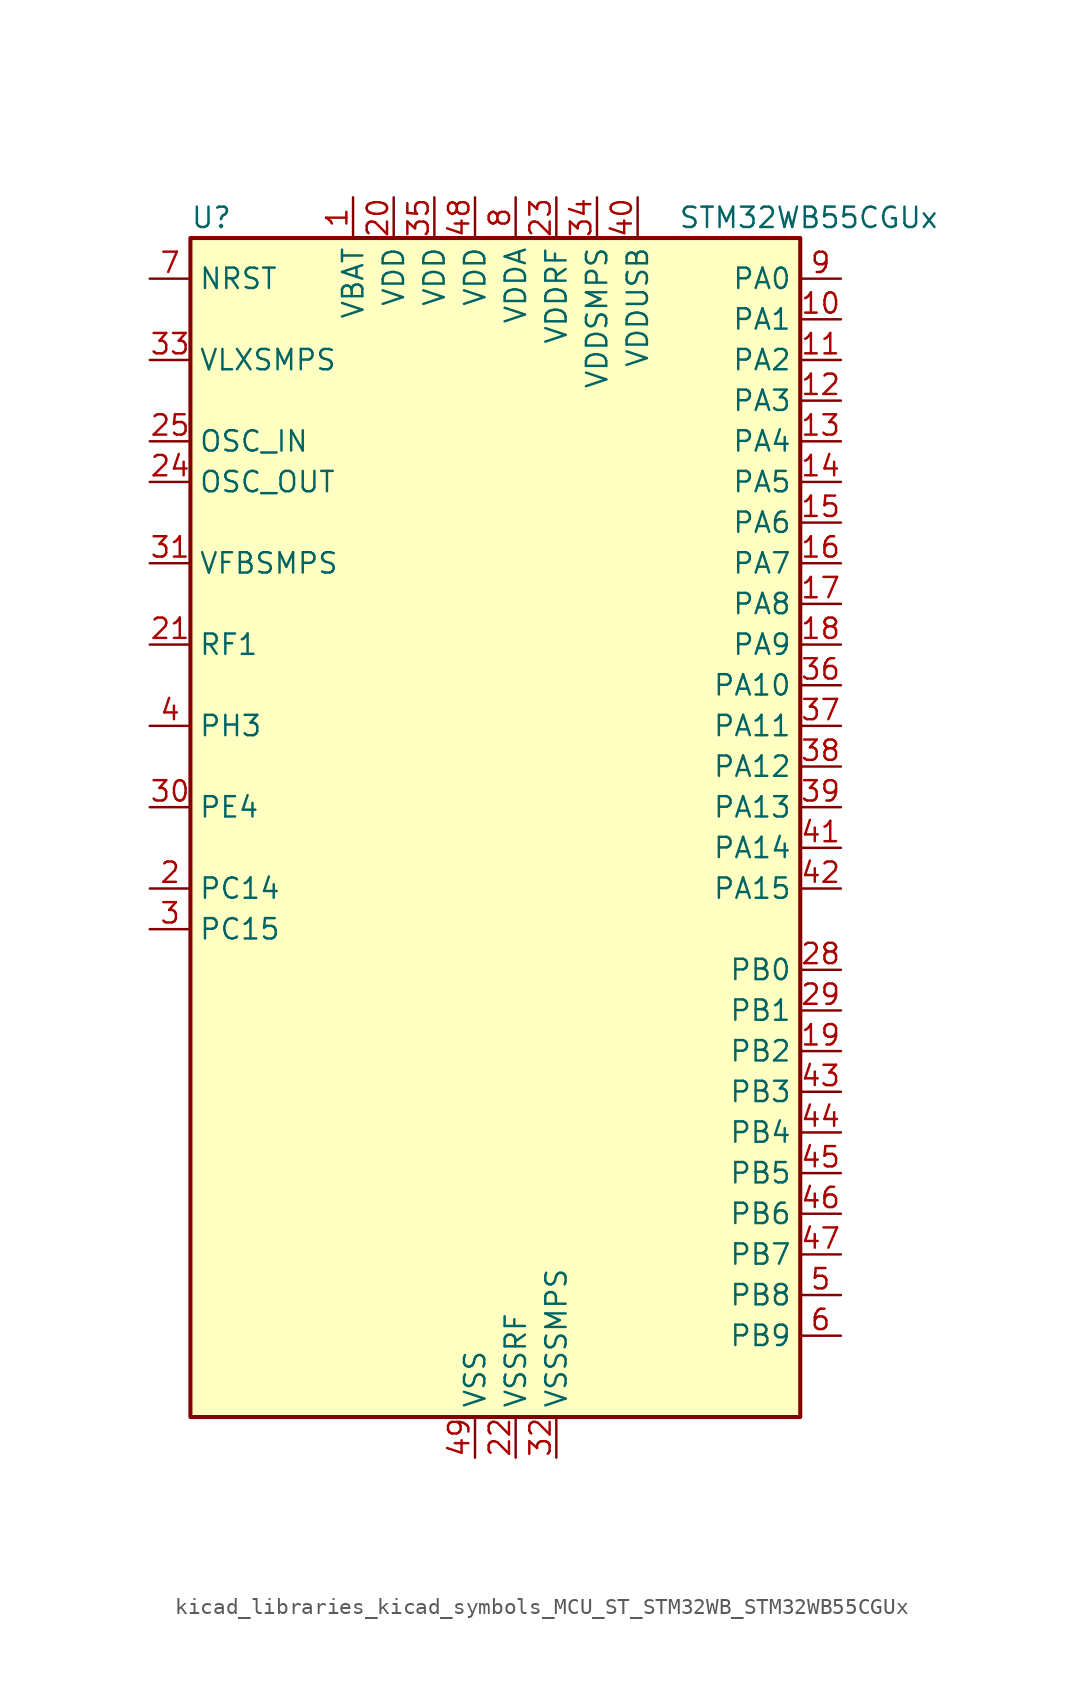
<source format=kicad_sym>
(kicad_symbol_lib
  (version 20220914)
  (generator kicad_symbol_editor)
  (symbol "kicad_libraries_kicad_symbols_MCU_ST_STM32WB_STM32WB55CGUx"
    (property "Reference" "U"
      (at -17.78 39.37 0)
      (effects (font (size 1.27 1.27)) (justify left)))
    (property "Value" "STM32WB55CGUx"
      (at 12.7 39.37 0)
      (effects (font (size 1.27 1.27)) (justify left)))
    (property "ki_locked" ""
      (at 0 0 0)
      (effects (font (size 1.27 1.27))))
    (symbol "kicad_libraries_kicad_symbols_MCU_ST_STM32WB_STM32WB55CGUx_0_1"
      (rectangle (start -17.78 -35.56) (end 20.32 38.1) (stroke (width 0.254) (type default)) (fill (type background))))
    (symbol "kicad_libraries_kicad_symbols_MCU_ST_STM32WB_STM32WB55CGUx_1_1"
      (pin power_in line (at -7.62 40.64 270) (length 2.54) (name "VBAT" (effects (font (size 1.27 1.27)))) (number "1" (effects (font (size 1.27 1.27)))))
      (pin bidirectional line (at 22.86 33.02 180) (length 2.54) (name "PA1" (effects (font (size 1.27 1.27)))) (number "10" (effects (font (size 1.27 1.27)))) (alternate "ADC1_IN6" bidirectional line) (alternate "COMP1_INP" bidirectional line) (alternate "I2C1_SMBA" bidirectional line) (alternate "LCD_SEG0" bidirectional line) (alternate "SPI1_SCK" bidirectional line) (alternate "TIM2_CH2" bidirectional line))
      (pin bidirectional line (at 22.86 30.48 180) (length 2.54) (name "PA2" (effects (font (size 1.27 1.27)))) (number "11" (effects (font (size 1.27 1.27)))) (alternate "ADC1_IN7" bidirectional line) (alternate "COMP2_INM" bidirectional line) (alternate "COMP2_OUT" bidirectional line) (alternate "LCD_SEG1" bidirectional line) (alternate "LPUART1_TX" bidirectional line) (alternate "QUADSPI_BK1_NCS" bidirectional line) (alternate "RCC_LSCO" bidirectional line) (alternate "SYS_WKUP4" bidirectional line) (alternate "TIM2_CH3" bidirectional line))
      (pin bidirectional line (at 22.86 27.94 180) (length 2.54) (name "PA3" (effects (font (size 1.27 1.27)))) (number "12" (effects (font (size 1.27 1.27)))) (alternate "ADC1_IN8" bidirectional line) (alternate "COMP2_INP" bidirectional line) (alternate "LCD_SEG2" bidirectional line) (alternate "LPUART1_RX" bidirectional line) (alternate "QUADSPI_CLK" bidirectional line) (alternate "SAI1_CK1" bidirectional line) (alternate "SAI1_MCLK_A" bidirectional line) (alternate "TIM2_CH4" bidirectional line))
      (pin bidirectional line (at 22.86 25.4 180) (length 2.54) (name "PA4" (effects (font (size 1.27 1.27)))) (number "13" (effects (font (size 1.27 1.27)))) (alternate "ADC1_IN9" bidirectional line) (alternate "COMP1_INM" bidirectional line) (alternate "COMP2_INM" bidirectional line) (alternate "LCD_SEG5" bidirectional line) (alternate "LPTIM2_OUT" bidirectional line) (alternate "SAI1_FS_B" bidirectional line) (alternate "SPI1_NSS" bidirectional line))
      (pin bidirectional line (at 22.86 22.86 180) (length 2.54) (name "PA5" (effects (font (size 1.27 1.27)))) (number "14" (effects (font (size 1.27 1.27)))) (alternate "ADC1_IN10" bidirectional line) (alternate "COMP1_INM" bidirectional line) (alternate "COMP2_INM" bidirectional line) (alternate "LPTIM2_ETR" bidirectional line) (alternate "SAI1_SD_B" bidirectional line) (alternate "SPI1_SCK" bidirectional line) (alternate "TIM2_CH1" bidirectional line) (alternate "TIM2_ETR" bidirectional line))
      (pin bidirectional line (at 22.86 20.32 180) (length 2.54) (name "PA6" (effects (font (size 1.27 1.27)))) (number "15" (effects (font (size 1.27 1.27)))) (alternate "ADC1_IN11" bidirectional line) (alternate "LCD_SEG3" bidirectional line) (alternate "LPUART1_CTS" bidirectional line) (alternate "QUADSPI_BK1_IO3" bidirectional line) (alternate "SPI1_MISO" bidirectional line) (alternate "TIM16_CH1" bidirectional line) (alternate "TIM1_BKIN" bidirectional line))
      (pin bidirectional line (at 22.86 17.78 180) (length 2.54) (name "PA7" (effects (font (size 1.27 1.27)))) (number "16" (effects (font (size 1.27 1.27)))) (alternate "ADC1_IN12" bidirectional line) (alternate "COMP2_OUT" bidirectional line) (alternate "I2C3_SCL" bidirectional line) (alternate "LCD_SEG4" bidirectional line) (alternate "QUADSPI_BK1_IO2" bidirectional line) (alternate "SPI1_MOSI" bidirectional line) (alternate "TIM17_CH1" bidirectional line) (alternate "TIM1_CH1N" bidirectional line))
      (pin bidirectional line (at 22.86 15.24 180) (length 2.54) (name "PA8" (effects (font (size 1.27 1.27)))) (number "17" (effects (font (size 1.27 1.27)))) (alternate "ADC1_IN15" bidirectional line) (alternate "LCD_COM0" bidirectional line) (alternate "LPTIM2_OUT" bidirectional line) (alternate "RCC_MCO" bidirectional line) (alternate "SAI1_CK2" bidirectional line) (alternate "SAI1_SCK_A" bidirectional line) (alternate "TIM1_CH1" bidirectional line) (alternate "USART1_CK" bidirectional line))
      (pin bidirectional line (at 22.86 12.7 180) (length 2.54) (name "PA9" (effects (font (size 1.27 1.27)))) (number "18" (effects (font (size 1.27 1.27)))) (alternate "ADC1_IN16" bidirectional line) (alternate "COMP1_INM" bidirectional line) (alternate "I2C1_SCL" bidirectional line) (alternate "LCD_COM1" bidirectional line) (alternate "SAI1_D2" bidirectional line) (alternate "SAI1_FS_A" bidirectional line) (alternate "TIM1_CH2" bidirectional line) (alternate "USART1_TX" bidirectional line))
      (pin bidirectional line (at 22.86 -12.7 180) (length 2.54) (name "PB2" (effects (font (size 1.27 1.27)))) (number "19" (effects (font (size 1.27 1.27)))) (alternate "COMP1_INP" bidirectional line) (alternate "I2C3_SMBA" bidirectional line) (alternate "LCD_VLCD" bidirectional line) (alternate "LPTIM1_OUT" bidirectional line) (alternate "RTC_OUT2" bidirectional line) (alternate "SAI1_EXTCLK" bidirectional line) (alternate "SPI1_NSS" bidirectional line))
      (pin bidirectional line (at -20.32 -2.54 0) (length 2.54) (name "PC14" (effects (font (size 1.27 1.27)))) (number "2" (effects (font (size 1.27 1.27)))) (alternate "RCC_OSC32_IN" bidirectional line))
      (pin power_in line (at -5.08 40.64 270) (length 2.54) (name "VDD" (effects (font (size 1.27 1.27)))) (number "20" (effects (font (size 1.27 1.27)))))
      (pin bidirectional line (at -20.32 12.7 0) (length 2.54) (name "RF1" (effects (font (size 1.27 1.27)))) (number "21" (effects (font (size 1.27 1.27)))) (alternate "RF_RF1" bidirectional line))
      (pin power_in line (at 2.54 -38.1 90) (length 2.54) (name "VSSRF" (effects (font (size 1.27 1.27)))) (number "22" (effects (font (size 1.27 1.27)))))
      (pin power_in line (at 5.08 40.64 270) (length 2.54) (name "VDDRF" (effects (font (size 1.27 1.27)))) (number "23" (effects (font (size 1.27 1.27)))))
      (pin input line (at -20.32 22.86 0) (length 2.54) (name "OSC_OUT" (effects (font (size 1.27 1.27)))) (number "24" (effects (font (size 1.27 1.27)))) (alternate "RCC_OSC_OUT" bidirectional line))
      (pin input line (at -20.32 25.4 0) (length 2.54) (name "OSC_IN" (effects (font (size 1.27 1.27)))) (number "25" (effects (font (size 1.27 1.27)))) (alternate "RCC_OSC_IN" bidirectional line))
      (pin no_connect line (at -17.78 -35.56 0) (length 2.54) hide (name "AT0" (effects (font (size 1.27 1.27)))) (number "26" (effects (font (size 1.27 1.27)))))
      (pin no_connect line (at -17.78 -33.02 0) (length 2.54) hide (name "AT1" (effects (font (size 1.27 1.27)))) (number "27" (effects (font (size 1.27 1.27)))))
      (pin bidirectional line (at 22.86 -7.62 180) (length 2.54) (name "PB0" (effects (font (size 1.27 1.27)))) (number "28" (effects (font (size 1.27 1.27)))) (alternate "COMP1_OUT" bidirectional line) (alternate "RF_TX_MOD_EXT_PA" bidirectional line))
      (pin bidirectional line (at 22.86 -10.16 180) (length 2.54) (name "PB1" (effects (font (size 1.27 1.27)))) (number "29" (effects (font (size 1.27 1.27)))) (alternate "LPTIM2_IN1" bidirectional line) (alternate "LPUART1_DE" bidirectional line) (alternate "LPUART1_RTS" bidirectional line))
      (pin bidirectional line (at -20.32 -5.08 0) (length 2.54) (name "PC15" (effects (font (size 1.27 1.27)))) (number "3" (effects (font (size 1.27 1.27)))) (alternate "ADC1_EXTI15" bidirectional line) (alternate "RCC_OSC32_OUT" bidirectional line))
      (pin bidirectional line (at -20.32 2.54 0) (length 2.54) (name "PE4" (effects (font (size 1.27 1.27)))) (number "30" (effects (font (size 1.27 1.27)))))
      (pin input line (at -20.32 17.78 0) (length 2.54) (name "VFBSMPS" (effects (font (size 1.27 1.27)))) (number "31" (effects (font (size 1.27 1.27)))))
      (pin power_in line (at 5.08 -38.1 90) (length 2.54) (name "VSSSMPS" (effects (font (size 1.27 1.27)))) (number "32" (effects (font (size 1.27 1.27)))))
      (pin power_in line (at -20.32 30.48 0) (length 2.54) (name "VLXSMPS" (effects (font (size 1.27 1.27)))) (number "33" (effects (font (size 1.27 1.27)))))
      (pin power_in line (at 7.62 40.64 270) (length 2.54) (name "VDDSMPS" (effects (font (size 1.27 1.27)))) (number "34" (effects (font (size 1.27 1.27)))))
      (pin power_in line (at -2.54 40.64 270) (length 2.54) (name "VDD" (effects (font (size 1.27 1.27)))) (number "35" (effects (font (size 1.27 1.27)))))
      (pin bidirectional line (at 22.86 10.16 180) (length 2.54) (name "PA10" (effects (font (size 1.27 1.27)))) (number "36" (effects (font (size 1.27 1.27)))) (alternate "CRS_SYNC" bidirectional line) (alternate "I2C1_SDA" bidirectional line) (alternate "LCD_COM2" bidirectional line) (alternate "SAI1_D1" bidirectional line) (alternate "SAI1_SD_A" bidirectional line) (alternate "TIM17_BKIN" bidirectional line) (alternate "TIM1_CH3" bidirectional line) (alternate "USART1_RX" bidirectional line))
      (pin bidirectional line (at 22.86 7.62 180) (length 2.54) (name "PA11" (effects (font (size 1.27 1.27)))) (number "37" (effects (font (size 1.27 1.27)))) (alternate "ADC1_EXTI11" bidirectional line) (alternate "SPI1_MISO" bidirectional line) (alternate "TIM1_BKIN2" bidirectional line) (alternate "TIM1_CH4" bidirectional line) (alternate "USART1_CTS" bidirectional line) (alternate "USART1_NSS" bidirectional line) (alternate "USB_DM" bidirectional line))
      (pin bidirectional line (at 22.86 5.08 180) (length 2.54) (name "PA12" (effects (font (size 1.27 1.27)))) (number "38" (effects (font (size 1.27 1.27)))) (alternate "LPUART1_RX" bidirectional line) (alternate "SPI1_MOSI" bidirectional line) (alternate "TIM1_ETR" bidirectional line) (alternate "USART1_DE" bidirectional line) (alternate "USART1_RTS" bidirectional line) (alternate "USB_DP" bidirectional line))
      (pin bidirectional line (at 22.86 2.54 180) (length 2.54) (name "PA13" (effects (font (size 1.27 1.27)))) (number "39" (effects (font (size 1.27 1.27)))) (alternate "IR_OUT" bidirectional line) (alternate "SAI1_SD_B" bidirectional line) (alternate "SYS_JTMS-SWDIO" bidirectional line) (alternate "USB_NOE" bidirectional line))
      (pin bidirectional line (at -20.32 7.62 0) (length 2.54) (name "PH3" (effects (font (size 1.27 1.27)))) (number "4" (effects (font (size 1.27 1.27)))) (alternate "RCC_LSCO" bidirectional line))
      (pin power_in line (at 10.16 40.64 270) (length 2.54) (name "VDDUSB" (effects (font (size 1.27 1.27)))) (number "40" (effects (font (size 1.27 1.27)))))
      (pin bidirectional line (at 22.86 0 180) (length 2.54) (name "PA14" (effects (font (size 1.27 1.27)))) (number "41" (effects (font (size 1.27 1.27)))) (alternate "I2C1_SMBA" bidirectional line) (alternate "LCD_SEG5" bidirectional line) (alternate "LPTIM1_OUT" bidirectional line) (alternate "SAI1_FS_B" bidirectional line) (alternate "SYS_JTCK-SWCLK" bidirectional line))
      (pin bidirectional line (at 22.86 -2.54 180) (length 2.54) (name "PA15" (effects (font (size 1.27 1.27)))) (number "42" (effects (font (size 1.27 1.27)))) (alternate "ADC1_EXTI15" bidirectional line) (alternate "LCD_SEG17" bidirectional line) (alternate "RCC_MCO" bidirectional line) (alternate "SPI1_NSS" bidirectional line) (alternate "SYS_JTDI" bidirectional line) (alternate "TIM2_CH1" bidirectional line) (alternate "TIM2_ETR" bidirectional line))
      (pin bidirectional line (at 22.86 -15.24 180) (length 2.54) (name "PB3" (effects (font (size 1.27 1.27)))) (number "43" (effects (font (size 1.27 1.27)))) (alternate "COMP2_INM" bidirectional line) (alternate "LCD_SEG7" bidirectional line) (alternate "SAI1_SCK_B" bidirectional line) (alternate "SPI1_SCK" bidirectional line) (alternate "SYS_JTDO-SWO" bidirectional line) (alternate "TIM2_CH2" bidirectional line) (alternate "USART1_DE" bidirectional line) (alternate "USART1_RTS" bidirectional line))
      (pin bidirectional line (at 22.86 -17.78 180) (length 2.54) (name "PB4" (effects (font (size 1.27 1.27)))) (number "44" (effects (font (size 1.27 1.27)))) (alternate "COMP2_INP" bidirectional line) (alternate "I2C3_SDA" bidirectional line) (alternate "LCD_SEG8" bidirectional line) (alternate "SAI1_MCLK_B" bidirectional line) (alternate "SPI1_MISO" bidirectional line) (alternate "SYS_JTRST" bidirectional line) (alternate "TIM17_BKIN" bidirectional line) (alternate "USART1_CTS" bidirectional line) (alternate "USART1_NSS" bidirectional line))
      (pin bidirectional line (at 22.86 -20.32 180) (length 2.54) (name "PB5" (effects (font (size 1.27 1.27)))) (number "45" (effects (font (size 1.27 1.27)))) (alternate "COMP2_OUT" bidirectional line) (alternate "I2C1_SMBA" bidirectional line) (alternate "LCD_SEG9" bidirectional line) (alternate "LPTIM1_IN1" bidirectional line) (alternate "LPUART1_TX" bidirectional line) (alternate "SAI1_SD_B" bidirectional line) (alternate "SPI1_MOSI" bidirectional line) (alternate "TIM16_BKIN" bidirectional line) (alternate "USART1_CK" bidirectional line))
      (pin bidirectional line (at 22.86 -22.86 180) (length 2.54) (name "PB6" (effects (font (size 1.27 1.27)))) (number "46" (effects (font (size 1.27 1.27)))) (alternate "COMP2_INP" bidirectional line) (alternate "I2C1_SCL" bidirectional line) (alternate "LCD_SEG6" bidirectional line) (alternate "LPTIM1_ETR" bidirectional line) (alternate "RCC_MCO" bidirectional line) (alternate "SAI1_FS_B" bidirectional line) (alternate "TIM16_CH1N" bidirectional line) (alternate "USART1_TX" bidirectional line))
      (pin bidirectional line (at 22.86 -25.4 180) (length 2.54) (name "PB7" (effects (font (size 1.27 1.27)))) (number "47" (effects (font (size 1.27 1.27)))) (alternate "COMP2_INM" bidirectional line) (alternate "I2C1_SDA" bidirectional line) (alternate "LCD_SEG21" bidirectional line) (alternate "LPTIM1_IN2" bidirectional line) (alternate "SYS_PVD_IN" bidirectional line) (alternate "TIM17_CH1N" bidirectional line) (alternate "TIM1_BKIN" bidirectional line) (alternate "USART1_RX" bidirectional line))
      (pin power_in line (at 0 40.64 270) (length 2.54) (name "VDD" (effects (font (size 1.27 1.27)))) (number "48" (effects (font (size 1.27 1.27)))))
      (pin power_in line (at 0 -38.1 90) (length 2.54) (name "VSS" (effects (font (size 1.27 1.27)))) (number "49" (effects (font (size 1.27 1.27)))))
      (pin bidirectional line (at 22.86 -27.94 180) (length 2.54) (name "PB8" (effects (font (size 1.27 1.27)))) (number "5" (effects (font (size 1.27 1.27)))) (alternate "I2C1_SCL" bidirectional line) (alternate "LCD_SEG16" bidirectional line) (alternate "QUADSPI_BK1_IO1" bidirectional line) (alternate "SAI1_CK1" bidirectional line) (alternate "SAI1_MCLK_A" bidirectional line) (alternate "TIM16_CH1" bidirectional line) (alternate "TIM1_CH2N" bidirectional line))
      (pin bidirectional line (at 22.86 -30.48 180) (length 2.54) (name "PB9" (effects (font (size 1.27 1.27)))) (number "6" (effects (font (size 1.27 1.27)))) (alternate "I2C1_SDA" bidirectional line) (alternate "IR_OUT" bidirectional line) (alternate "LCD_COM3" bidirectional line) (alternate "QUADSPI_BK1_IO0" bidirectional line) (alternate "SAI1_D2" bidirectional line) (alternate "SAI1_FS_A" bidirectional line) (alternate "TIM17_CH1" bidirectional line) (alternate "TIM1_CH3N" bidirectional line))
      (pin input line (at -20.32 35.56 0) (length 2.54) (name "NRST" (effects (font (size 1.27 1.27)))) (number "7" (effects (font (size 1.27 1.27)))))
      (pin power_in line (at 2.54 40.64 270) (length 2.54) (name "VDDA" (effects (font (size 1.27 1.27)))) (number "8" (effects (font (size 1.27 1.27)))))
      (pin bidirectional line (at 22.86 35.56 180) (length 2.54) (name "PA0" (effects (font (size 1.27 1.27)))) (number "9" (effects (font (size 1.27 1.27)))) (alternate "ADC1_IN5" bidirectional line) (alternate "COMP1_INM" bidirectional line) (alternate "COMP1_OUT" bidirectional line) (alternate "RTC_TAMP2" bidirectional line) (alternate "SAI1_EXTCLK" bidirectional line) (alternate "SYS_WKUP1" bidirectional line) (alternate "TIM2_CH1" bidirectional line) (alternate "TIM2_ETR" bidirectional line)))))
</source>
